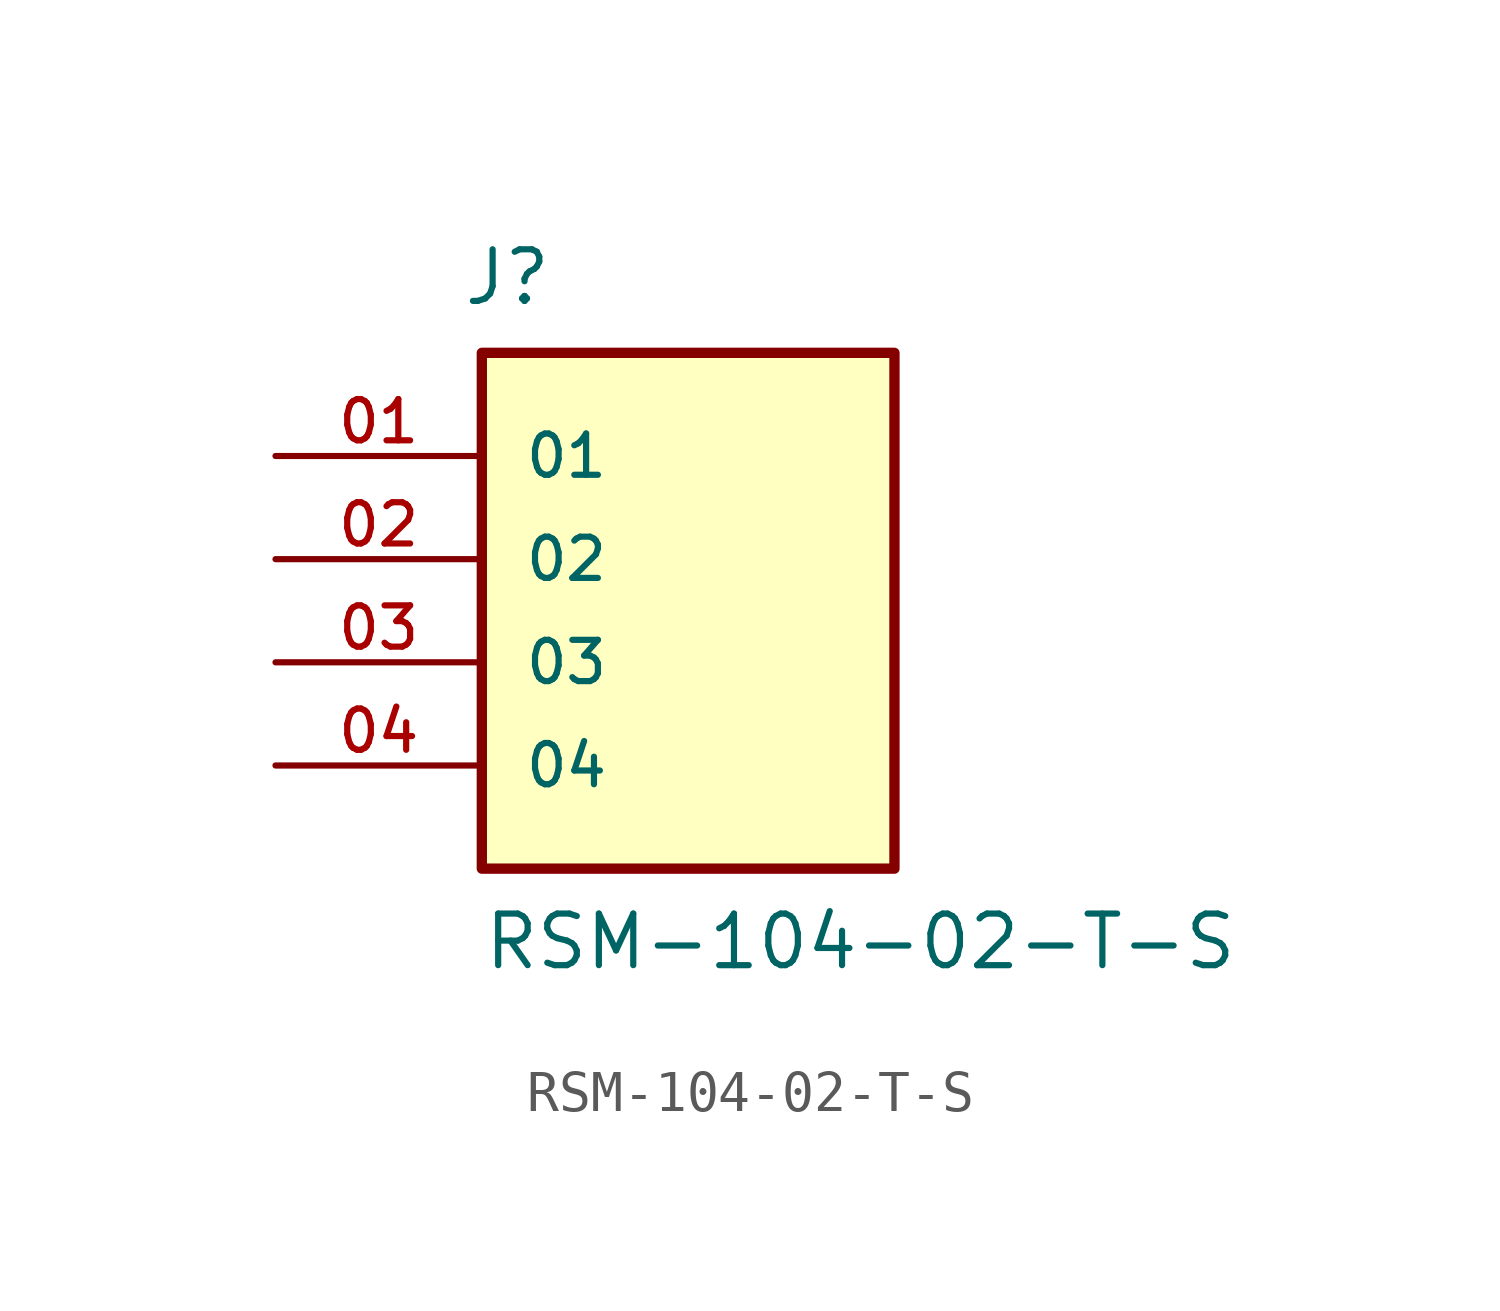
<source format=kicad_sym>
(kicad_symbol_lib
  (version 20211014)
  (generator kicad_symbol_editor)
  (symbol "RSM-104-02-T-S"
    (pin_names
      (offset 1.016))
    (property "Reference" "J"
      (at -5.58 6.196 0)
      (effects (font (size 1.27 1.27)) (justify bottom left)))
    (property "Value" "RSM-104-02-T-S"
      (at -5.08 -10.16 0)
      (effects (font (size 1.27 1.27)) (justify bottom left)))
    (symbol "RSM-104-02-T-S_0_0"
      (rectangle (start -5.08 -7.62) (end 5.08 5.08) (stroke (width 0.254)) (fill (type background)))
      (pin passive line (at -10.16 2.54 0) (length 5.08) (name "01" (effects (font (size 1.016 1.016)))) (number "01" (effects (font (size 1.016 1.016)))))
      (pin passive line (at -10.16 0.0 0) (length 5.08) (name "02" (effects (font (size 1.016 1.016)))) (number "02" (effects (font (size 1.016 1.016)))))
      (pin passive line (at -10.16 -2.54 0) (length 5.08) (name "03" (effects (font (size 1.016 1.016)))) (number "03" (effects (font (size 1.016 1.016)))))
      (pin passive line (at -10.16 -5.08 0) (length 5.08) (name "04" (effects (font (size 1.016 1.016)))) (number "04" (effects (font (size 1.016 1.016))))))))
</source>
